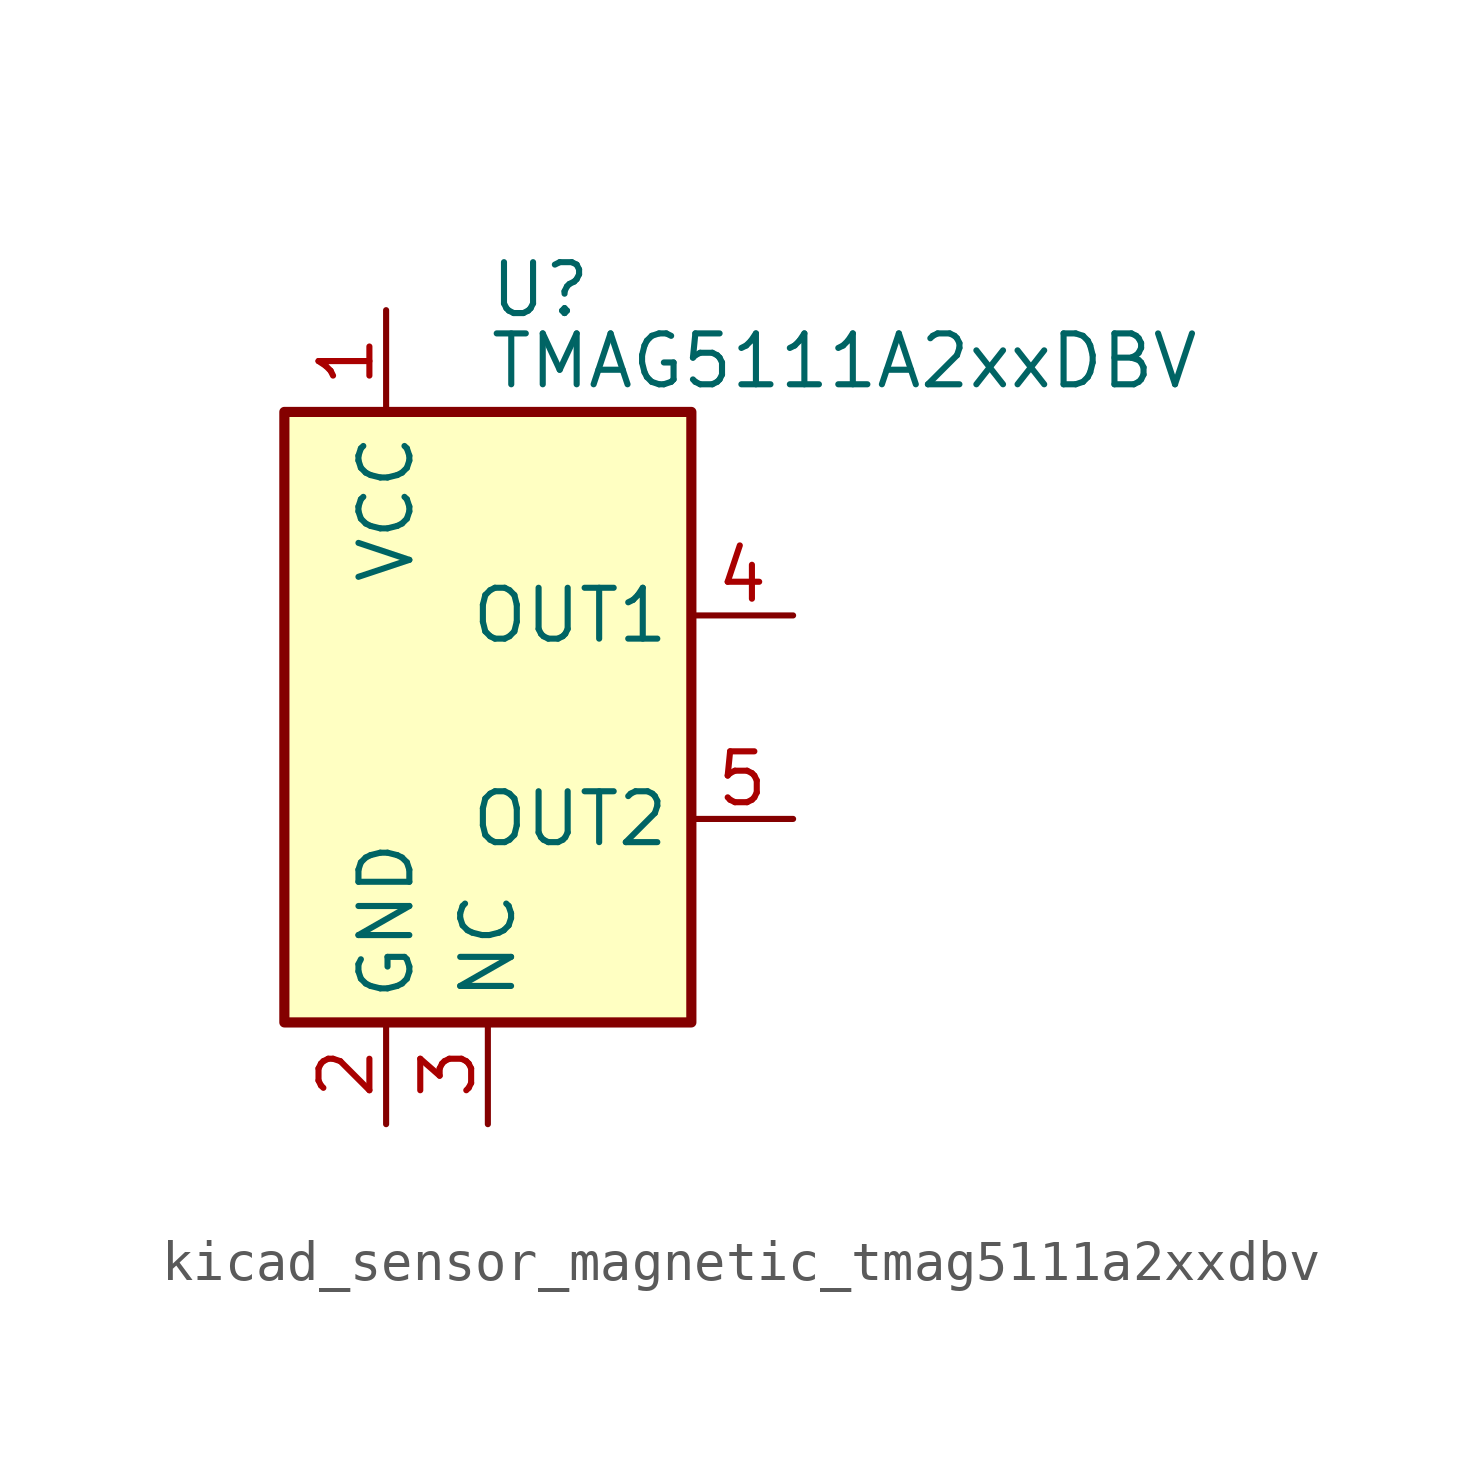
<source format=kicad_sym>
(kicad_symbol_lib
  (version 20220914)
  (generator kicad_symbol_editor)
  (symbol "kicad_sensor_magnetic_tmag5111a2xxdbv"
    (property "Reference" "U"
      (at 0 10.668 0)
      (effects (font (size 1.27 1.27)) (justify left)))
    (property "Value" "TMAG5111A2xxDBV"
      (at 0 8.89 0)
      (effects (font (size 1.27 1.27)) (justify left)))
    (symbol "kicad_sensor_magnetic_tmag5111a2xxdbv_0_0"
      (pin passive line (at 0 -10.16 90) (length 2.54) (name "NC" (effects (font (size 1.27 1.27)))) (number "3" (effects (font (size 1.27 1.27)))))
      (pin open_collector line (at 7.62 -2.54 180) (length 2.54) (name "OUT2" (effects (font (size 1.27 1.27)))) (number "5" (effects (font (size 1.27 1.27))))))
    (symbol "kicad_sensor_magnetic_tmag5111a2xxdbv_0_1"
      (rectangle (start -5.08 7.62) (end 5.08 -7.62) (stroke (width 0.254) (type default)) (fill (type background))))
    (symbol "kicad_sensor_magnetic_tmag5111a2xxdbv_1_1"
      (pin power_in line (at -2.54 10.16 270) (length 2.54) (name "VCC" (effects (font (size 1.27 1.27)))) (number "1" (effects (font (size 1.27 1.27)))))
      (pin power_in line (at -2.54 -10.16 90) (length 2.54) (name "GND" (effects (font (size 1.27 1.27)))) (number "2" (effects (font (size 1.27 1.27)))))
      (pin open_collector line (at 7.62 2.54 180) (length 2.54) (name "OUT1" (effects (font (size 1.27 1.27)))) (number "4" (effects (font (size 1.27 1.27))))))))
</source>
